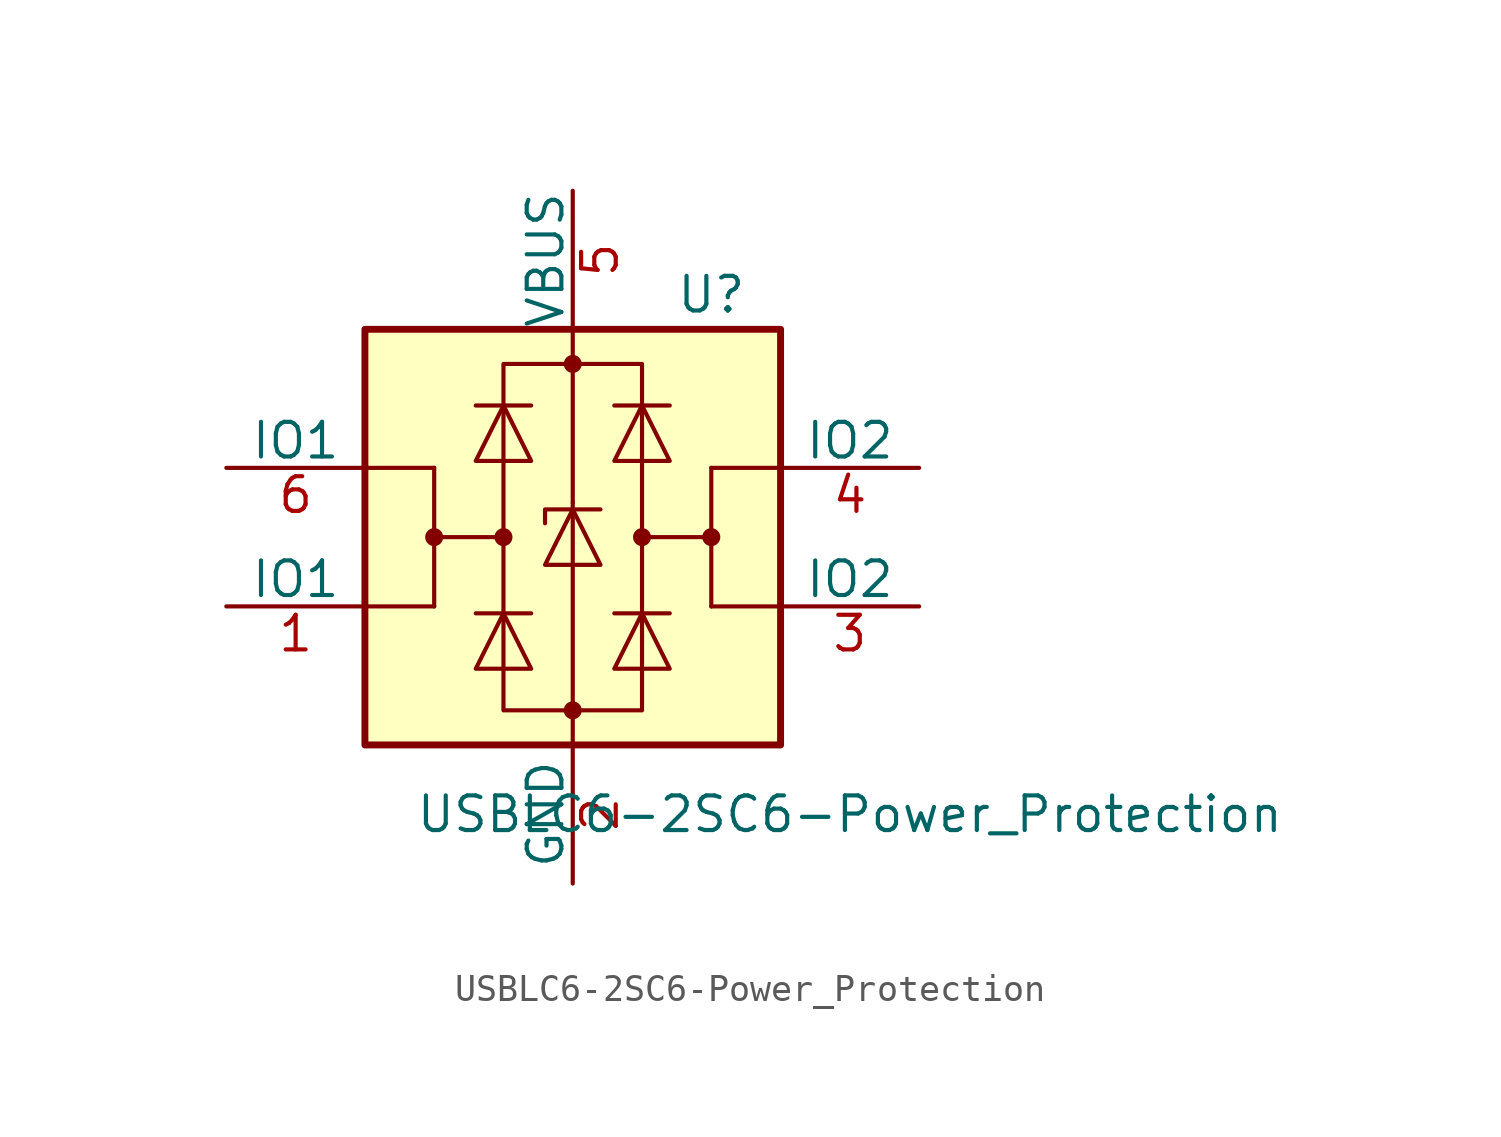
<source format=kicad_sym>
(kicad_symbol_lib
  (version 20231120)
  (generator "kicad_symbol_editor")
  (generator_version "8.0")
  (symbol "USBLC6-2SC6-Power_Protection"
    (pin_names
      (offset 0))
    (property "Reference" "U"
      (at 5.08 8.89 0)
      (effects (font (size 1.27 1.27))))
    (property "Value" "USBLC6-2SC6-Power_Protection"
      (at 10.16 -10.16 0)
      (effects (font (size 1.27 1.27))))
    (symbol "USBLC6-2SC6-Power_Protection_0_1"
      (rectangle (start -7.62 -7.62) (end 7.62 7.62) (stroke (width 0.254) (type solid)) (fill (type background)))
      (circle (center -5.08 0) (radius 0.254) (stroke (width 0) (type solid)) (fill (type outline)))
      (circle (center -2.54 0) (radius 0.254) (stroke (width 0) (type solid)) (fill (type outline)))
      (rectangle (start -2.54 6.35) (end 2.54 -6.35) (stroke (width 0) (type solid)) (fill (type none)))
      (circle (center 0 -6.35) (radius 0.254) (stroke (width 0) (type solid)) (fill (type outline)))
      (polyline (pts (xy -5.08 -2.54) (xy -7.62 -2.54)) (stroke (width 0) (type solid)) (fill (type none)))
      (polyline (pts (xy -5.08 0) (xy -5.08 -2.54)) (stroke (width 0) (type solid)) (fill (type none)))
      (polyline (pts (xy -5.08 2.54) (xy -7.62 2.54)) (stroke (width 0) (type solid)) (fill (type none)))
      (polyline (pts (xy -1.524 -2.794) (xy -3.556 -2.794)) (stroke (width 0) (type solid)) (fill (type none)))
      (polyline (pts (xy -1.524 4.826) (xy -3.556 4.826)) (stroke (width 0) (type solid)) (fill (type none)))
      (polyline (pts (xy 0 -7.62) (xy 0 -6.35)) (stroke (width 0) (type solid)) (fill (type none)))
      (polyline (pts (xy 0 -6.35) (xy 0 1.27)) (stroke (width 0) (type solid)) (fill (type none)))
      (polyline (pts (xy 0 1.27) (xy 0 6.35)) (stroke (width 0) (type solid)) (fill (type none)))
      (polyline (pts (xy 0 6.35) (xy 0 7.62)) (stroke (width 0) (type solid)) (fill (type none)))
      (polyline (pts (xy 1.524 -2.794) (xy 3.556 -2.794)) (stroke (width 0) (type solid)) (fill (type none)))
      (polyline (pts (xy 1.524 4.826) (xy 3.556 4.826)) (stroke (width 0) (type solid)) (fill (type none)))
      (polyline (pts (xy 5.08 -2.54) (xy 7.62 -2.54)) (stroke (width 0) (type solid)) (fill (type none)))
      (polyline (pts (xy 5.08 0) (xy 5.08 -2.54)) (stroke (width 0) (type solid)) (fill (type none)))
      (polyline (pts (xy 5.08 2.54) (xy 7.62 2.54)) (stroke (width 0) (type solid)) (fill (type none)))
      (polyline (pts (xy -2.54 0) (xy -5.08 0) (xy -5.08 2.54)) (stroke (width 0) (type solid)) (fill (type none)))
      (polyline (pts (xy 2.54 0) (xy 5.08 0) (xy 5.08 2.54)) (stroke (width 0) (type solid)) (fill (type none)))
      (polyline (pts (xy -3.556 -4.826) (xy -1.524 -4.826) (xy -2.54 -2.794) (xy -3.556 -4.826)) (stroke (width 0) (type solid)) (fill (type none)))
      (polyline (pts (xy -3.556 2.794) (xy -1.524 2.794) (xy -2.54 4.826) (xy -3.556 2.794)) (stroke (width 0) (type solid)) (fill (type none)))
      (polyline (pts (xy -1.016 -1.016) (xy 1.016 -1.016) (xy 0 1.016) (xy -1.016 -1.016)) (stroke (width 0) (type solid)) (fill (type none)))
      (polyline (pts (xy 1.016 1.016) (xy 0.762 1.016) (xy -1.016 1.016) (xy -1.016 0.508)) (stroke (width 0) (type solid)) (fill (type none)))
      (polyline (pts (xy 3.556 -4.826) (xy 1.524 -4.826) (xy 2.54 -2.794) (xy 3.556 -4.826)) (stroke (width 0) (type solid)) (fill (type none)))
      (polyline (pts (xy 3.556 2.794) (xy 1.524 2.794) (xy 2.54 4.826) (xy 3.556 2.794)) (stroke (width 0) (type solid)) (fill (type none)))
      (circle (center 0 6.35) (radius 0.254) (stroke (width 0) (type solid)) (fill (type outline)))
      (circle (center 2.54 0) (radius 0.254) (stroke (width 0) (type solid)) (fill (type outline)))
      (circle (center 5.08 0) (radius 0.254) (stroke (width 0) (type solid)) (fill (type outline))))
    (symbol "USBLC6-2SC6-Power_Protection_1_1"
      (pin passive line (at -12.7 -2.54 0) (length 5.08) (name "IO1" (effects (font (size 1.27 1.27)))) (number "1" (effects (font (size 1.27 1.27)))))
      (pin passive line (at 0 -12.7 90) (length 5.08) (name "GND" (effects (font (size 1.27 1.27)))) (number "2" (effects (font (size 1.27 1.27)))))
      (pin passive line (at 12.7 -2.54 180) (length 5.08) (name "IO2" (effects (font (size 1.27 1.27)))) (number "3" (effects (font (size 1.27 1.27)))))
      (pin passive line (at 12.7 2.54 180) (length 5.08) (name "IO2" (effects (font (size 1.27 1.27)))) (number "4" (effects (font (size 1.27 1.27)))))
      (pin passive line (at 0 12.7 270) (length 5.08) (name "VBUS" (effects (font (size 1.27 1.27)))) (number "5" (effects (font (size 1.27 1.27)))))
      (pin passive line (at -12.7 2.54 0) (length 5.08) (name "IO1" (effects (font (size 1.27 1.27)))) (number "6" (effects (font (size 1.27 1.27))))))))
</source>
